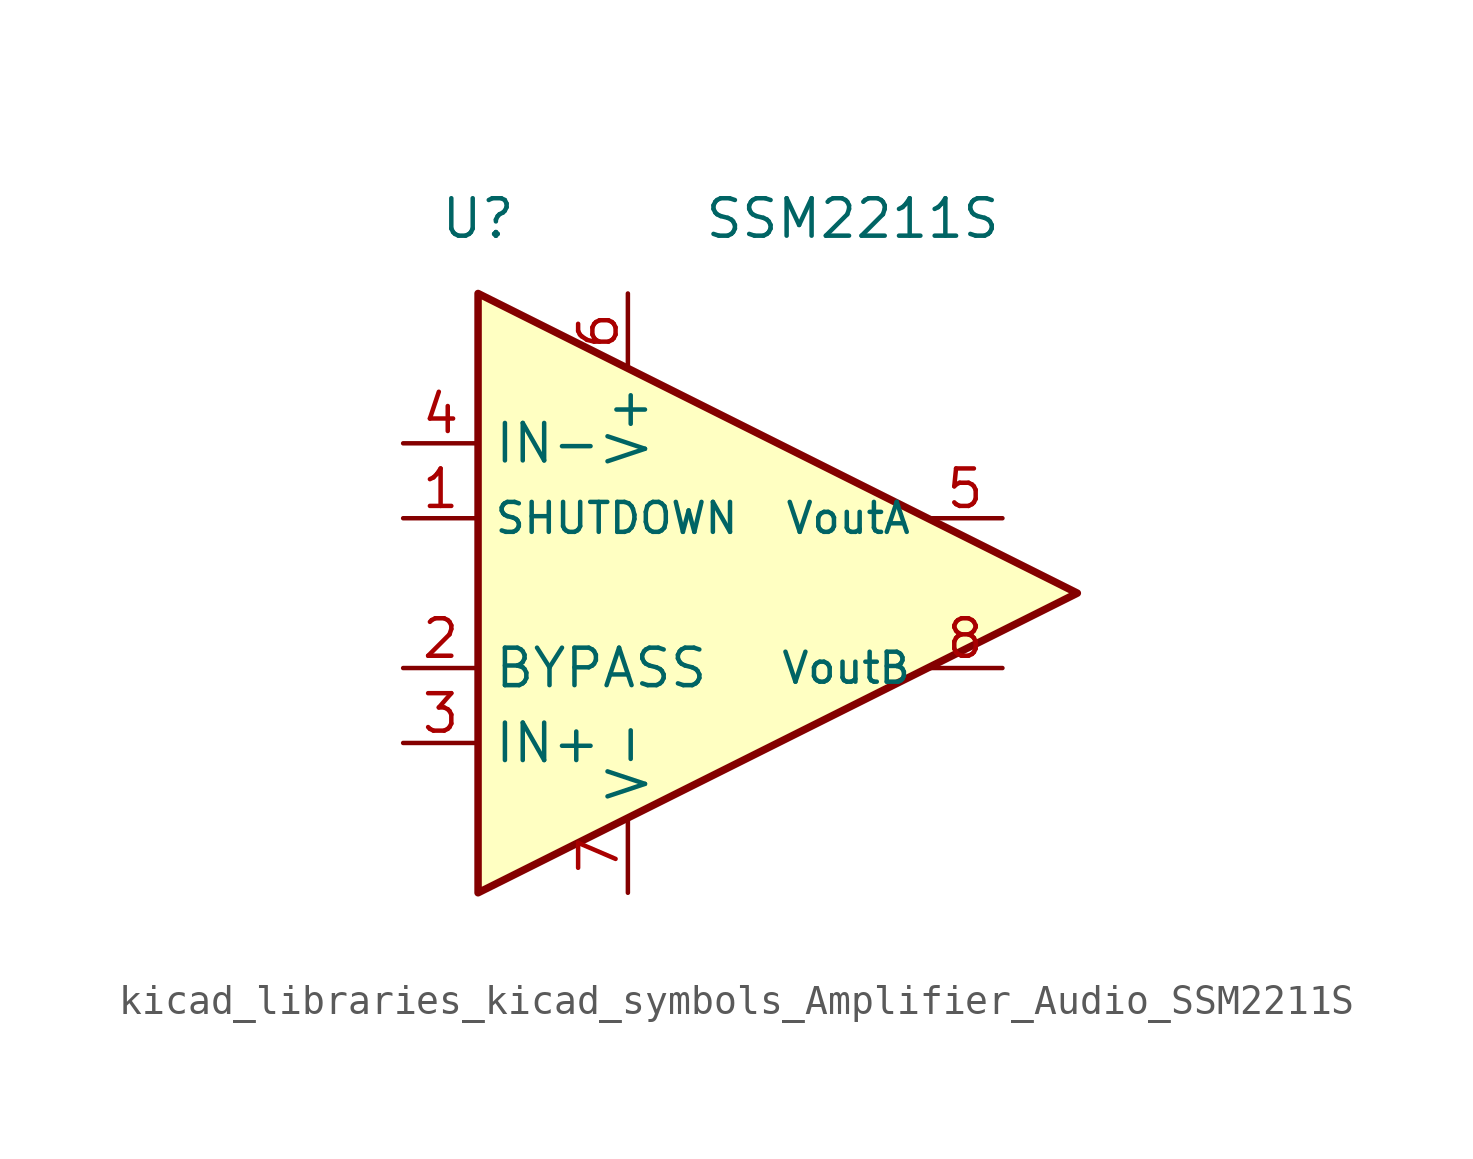
<source format=kicad_sym>
(kicad_symbol_lib
  (version 20220914)
  (generator kicad_symbol_editor)
  (symbol "kicad_libraries_kicad_symbols_Amplifier_Audio_SSM2211S"
    (property "Reference" "U"
      (at -7.62 12.7 0)
      (effects (font (size 1.27 1.27))))
    (property "Value" "SSM2211S"
      (at 5.08 12.7 0)
      (effects (font (size 1.27 1.27))))
    (symbol "kicad_libraries_kicad_symbols_Amplifier_Audio_SSM2211S_0_1"
      (polyline (pts (xy -7.62 10.16) (xy -7.62 -10.16) (xy 12.7 0) (xy -7.62 10.16)) (stroke (width 0.254) (type default)) (fill (type background))))
    (symbol "kicad_libraries_kicad_symbols_Amplifier_Audio_SSM2211S_1_1"
      (pin input line (at -10.16 2.54 0) (length 2.54) (name "SHUTDOWN" (effects (font (size 1.016 1.016)))) (number "1" (effects (font (size 1.27 1.27)))))
      (pin passive line (at -10.16 -2.54 0) (length 2.54) (name "BYPASS" (effects (font (size 1.27 1.27)))) (number "2" (effects (font (size 1.27 1.27)))))
      (pin input line (at -10.16 -5.08 0) (length 2.54) (name "IN+" (effects (font (size 1.27 1.27)))) (number "3" (effects (font (size 1.27 1.27)))))
      (pin input line (at -10.16 5.08 0) (length 2.54) (name "IN-" (effects (font (size 1.27 1.27)))) (number "4" (effects (font (size 1.27 1.27)))))
      (pin output line (at 10.16 2.54 180) (length 2.54) (name "VoutA" (effects (font (size 1.016 1.016)))) (number "5" (effects (font (size 1.27 1.27)))))
      (pin power_in line (at -2.54 10.16 270) (length 2.54) (name "V+" (effects (font (size 1.27 1.27)))) (number "6" (effects (font (size 1.27 1.27)))))
      (pin power_in line (at -2.54 -10.16 90) (length 2.54) (name "V-" (effects (font (size 1.27 1.27)))) (number "7" (effects (font (size 1.27 1.27)))))
      (pin output line (at 10.16 -2.54 180) (length 2.54) (name "VoutB" (effects (font (size 1.016 1.016)))) (number "8" (effects (font (size 1.27 1.27))))))))
</source>
